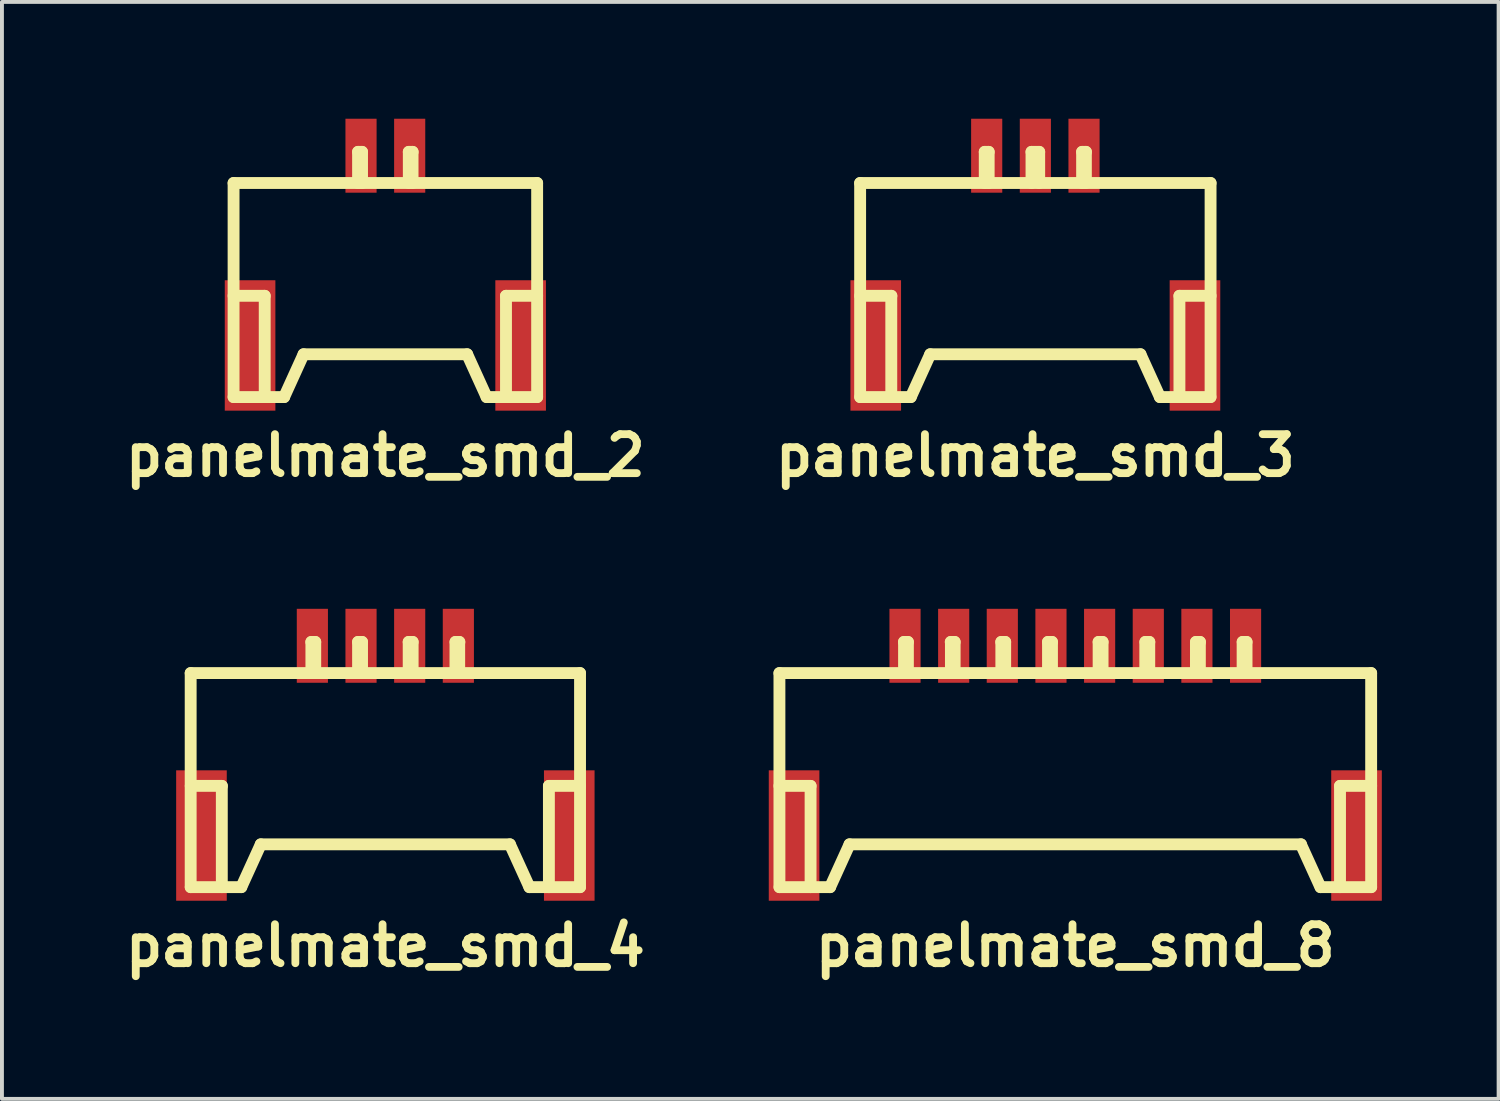
<source format=kicad_pcb>
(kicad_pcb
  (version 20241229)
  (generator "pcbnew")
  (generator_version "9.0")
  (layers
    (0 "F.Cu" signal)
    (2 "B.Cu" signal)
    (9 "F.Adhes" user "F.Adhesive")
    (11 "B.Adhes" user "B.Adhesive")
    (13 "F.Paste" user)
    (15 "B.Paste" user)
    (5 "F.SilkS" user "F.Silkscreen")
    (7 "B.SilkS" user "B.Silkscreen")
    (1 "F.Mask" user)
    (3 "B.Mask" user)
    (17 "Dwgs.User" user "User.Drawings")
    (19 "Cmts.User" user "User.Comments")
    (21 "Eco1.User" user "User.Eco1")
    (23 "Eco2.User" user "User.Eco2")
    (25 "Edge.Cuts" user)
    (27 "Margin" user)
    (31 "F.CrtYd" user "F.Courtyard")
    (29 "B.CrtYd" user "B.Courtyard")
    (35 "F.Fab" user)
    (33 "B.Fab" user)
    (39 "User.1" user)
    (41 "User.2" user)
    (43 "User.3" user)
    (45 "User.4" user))
  (footprint "panelmate_smd_8"
    (layer "F.Cu")
    (at 24.572 17.039)
    (property "Reference" "panelmate_smd_8" (at 0 4.201 0) (layer "F.SilkS") (effects (font (size 1.001 1.001) (thickness 0.201))))
    (attr through_hole)
    (fp_line (start -7.6 -2.799) (end -7.6 2.7) (stroke (width 0.305) (type solid)) (layer "F.SilkS"))
    (fp_line (start -7.6 -2.799) (end 7.6 -2.799) (stroke (width 0.305) (type solid)) (layer "F.SilkS"))
    (fp_line (start -7.6 0.099) (end -6.8 0.099) (stroke (width 0.305) (type solid)) (layer "F.SilkS"))
    (fp_line (start -6.8 0.099) (end -6.8 2.7) (stroke (width 0.305) (type solid)) (layer "F.SilkS"))
    (fp_line (start -6.299 2.7) (end -7.597 2.7) (stroke (width 0.305) (type solid)) (layer "F.SilkS"))
    (fp_line (start -6.299 2.7) (end -5.799 1.6) (stroke (width 0.305) (type solid)) (layer "F.SilkS"))
    (fp_line (start -5.799 1.6) (end 5.799 1.6) (stroke (width 0.305) (type solid)) (layer "F.SilkS"))
    (fp_line (start -4.402 -3.599) (end -4.3 -3.599) (stroke (width 0.305) (type solid)) (layer "F.SilkS"))
    (fp_line (start -4.399 -2.799) (end -4.399 -3.599) (stroke (width 0.305) (type solid)) (layer "F.SilkS"))
    (fp_line (start -4.3 -3.599) (end -4.3 -2.799) (stroke (width 0.305) (type solid)) (layer "F.SilkS"))
    (fp_line (start -3.2 -3.599) (end -3.099 -3.599) (stroke (width 0.305) (type solid)) (layer "F.SilkS"))
    (fp_line (start -3.195 -2.799) (end -3.195 -3.599) (stroke (width 0.305) (type solid)) (layer "F.SilkS"))
    (fp_line (start -3.099 -3.599) (end -3.099 -2.799) (stroke (width 0.305) (type solid)) (layer "F.SilkS"))
    (fp_line (start -1.9 -3.599) (end -1.9 -2.799) (stroke (width 0.305) (type solid)) (layer "F.SilkS"))
    (fp_line (start -1.801 -3.599) (end -1.902 -3.599) (stroke (width 0.305) (type solid)) (layer "F.SilkS"))
    (fp_line (start -1.801 -3.599) (end -1.801 -2.799) (stroke (width 0.305) (type solid)) (layer "F.SilkS"))
    (fp_line (start -0.701 -3.599) (end -0.599 -3.599) (stroke (width 0.305) (type solid)) (layer "F.SilkS"))
    (fp_line (start -0.701 -2.799) (end -0.701 -3.599) (stroke (width 0.305) (type solid)) (layer "F.SilkS"))
    (fp_line (start -0.599 -3.599) (end -0.599 -2.799) (stroke (width 0.305) (type solid)) (layer "F.SilkS"))
    (fp_line (start 0.599 -3.599) (end 0.599 -2.799) (stroke (width 0.305) (type solid)) (layer "F.SilkS"))
    (fp_line (start 0.701 -3.599) (end 0.599 -3.599) (stroke (width 0.305) (type solid)) (layer "F.SilkS"))
    (fp_line (start 0.701 -3.599) (end 0.701 -2.799) (stroke (width 0.305) (type solid)) (layer "F.SilkS"))
    (fp_line (start 1.798 -3.599) (end 1.798 -2.799) (stroke (width 0.305) (type solid)) (layer "F.SilkS"))
    (fp_line (start 1.803 -3.599) (end 1.902 -3.599) (stroke (width 0.305) (type solid)) (layer "F.SilkS"))
    (fp_line (start 1.9 -2.799) (end 1.9 -3.599) (stroke (width 0.305) (type solid)) (layer "F.SilkS"))
    (fp_line (start 3.099 -3.599) (end 3.099 -2.799) (stroke (width 0.305) (type solid)) (layer "F.SilkS"))
    (fp_line (start 3.2 -2.799) (end 3.2 -3.599) (stroke (width 0.305) (type solid)) (layer "F.SilkS"))
    (fp_line (start 3.203 -3.599) (end 3.101 -3.599) (stroke (width 0.305) (type solid)) (layer "F.SilkS"))
    (fp_line (start 4.298 -3.599) (end 4.298 -2.799) (stroke (width 0.305) (type solid)) (layer "F.SilkS"))
    (fp_line (start 4.3 -3.599) (end 4.399 -3.599) (stroke (width 0.305) (type solid)) (layer "F.SilkS"))
    (fp_line (start 4.399 -2.799) (end 4.399 -3.599) (stroke (width 0.305) (type solid)) (layer "F.SilkS"))
    (fp_line (start 5.796 1.6) (end 6.297 2.7) (stroke (width 0.305) (type solid)) (layer "F.SilkS"))
    (fp_line (start 6.302 2.7) (end 7.6 2.7) (stroke (width 0.305) (type solid)) (layer "F.SilkS"))
    (fp_line (start 6.8 0.099) (end 6.8 2.7) (stroke (width 0.305) (type solid)) (layer "F.SilkS"))
    (fp_line (start 7.6 -2.799) (end 7.6 2.7) (stroke (width 0.305) (type solid)) (layer "F.SilkS"))
    (fp_line (start 7.6 0.099) (end 6.8 0.099) (stroke (width 0.305) (type solid)) (layer "F.SilkS"))
    (pad "1" smd rect (at -4.374 -3.5) (size 0.8 1.9) (layers "F.Cu" "F.Mask" "F.Paste"))
    (pad "2" smd rect (at -3.124 -3.5) (size 0.8 1.9) (layers "F.Cu" "F.Mask" "F.Paste"))
    (pad "3" smd rect (at -1.875 -3.5) (size 0.8 1.9) (layers "F.Cu" "F.Mask" "F.Paste"))
    (pad "4" smd rect (at -0.625 -3.5) (size 0.8 1.9) (layers "F.Cu" "F.Mask" "F.Paste"))
    (pad "5" smd rect (at 0.625 -3.5) (size 0.8 1.9) (layers "F.Cu" "F.Mask" "F.Paste"))
    (pad "6" smd rect (at 1.875 -3.5) (size 0.8 1.9) (layers "F.Cu" "F.Mask" "F.Paste"))
    (pad "7" smd rect (at 3.124 -3.5) (size 0.8 1.9) (layers "F.Cu" "F.Mask" "F.Paste"))
    (pad "8" smd rect (at 4.374 -3.5) (size 0.8 1.9) (layers "F.Cu" "F.Mask" "F.Paste"))
    (pad "9" smd rect (at -7.224 1.374) (size 1.3 3.35) (layers "F.Cu" "F.Mask" "F.Paste"))
    (pad "9" smd rect (at 7.224 1.374) (size 1.3 3.35) (layers "F.Cu" "F.Mask" "F.Paste")))
  (footprint "panelmate_smd_3"
    (layer "F.Cu")
    (at 23.546 4.45)
    (property "Reference" "panelmate_smd_3" (at 0 4.201 0) (layer "F.SilkS") (effects (font (size 1.001 1.001) (thickness 0.201))))
    (attr through_hole)
    (fp_line (start -4.501 -2.799) (end 4.501 -2.799) (stroke (width 0.305) (type solid)) (layer "F.SilkS"))
    (fp_line (start -4.501 2.7) (end -4.501 -2.799) (stroke (width 0.305) (type solid)) (layer "F.SilkS"))
    (fp_line (start -4.498 0.099) (end -3.698 0.099) (stroke (width 0.305) (type solid)) (layer "F.SilkS"))
    (fp_line (start -3.701 0.099) (end -3.701 2.7) (stroke (width 0.305) (type solid)) (layer "F.SilkS"))
    (fp_line (start -3.2 2.7) (end -4.498 2.7) (stroke (width 0.305) (type solid)) (layer "F.SilkS"))
    (fp_line (start -3.2 2.7) (end -2.7 1.6) (stroke (width 0.305) (type solid)) (layer "F.SilkS"))
    (fp_line (start -2.7 1.6) (end 2.7 1.6) (stroke (width 0.305) (type solid)) (layer "F.SilkS"))
    (fp_line (start -1.3 -3.599) (end -1.199 -3.599) (stroke (width 0.305) (type solid)) (layer "F.SilkS"))
    (fp_line (start -1.3 -2.799) (end -1.3 -3.599) (stroke (width 0.305) (type solid)) (layer "F.SilkS"))
    (fp_line (start -1.199 -3.599) (end -1.199 -2.799) (stroke (width 0.305) (type solid)) (layer "F.SilkS"))
    (fp_line (start -0.099 -3.599) (end 0.099 -3.599) (stroke (width 0.305) (type solid)) (layer "F.SilkS"))
    (fp_line (start -0.099 -2.799) (end -0.099 -3.599) (stroke (width 0.305) (type solid)) (layer "F.SilkS"))
    (fp_line (start 0.099 -3.599) (end 0.099 -2.799) (stroke (width 0.305) (type solid)) (layer "F.SilkS"))
    (fp_line (start 1.201 -3.599) (end 1.3 -3.599) (stroke (width 0.305) (type solid)) (layer "F.SilkS"))
    (fp_line (start 1.201 -2.799) (end 1.201 -3.599) (stroke (width 0.305) (type solid)) (layer "F.SilkS"))
    (fp_line (start 1.298 -3.599) (end 1.298 -2.799) (stroke (width 0.305) (type solid)) (layer "F.SilkS"))
    (fp_line (start 2.7 1.6) (end 3.2 2.7) (stroke (width 0.305) (type solid)) (layer "F.SilkS"))
    (fp_line (start 3.2 2.7) (end 4.498 2.7) (stroke (width 0.305) (type solid)) (layer "F.SilkS"))
    (fp_line (start 3.701 0.099) (end 3.701 2.7) (stroke (width 0.305) (type solid)) (layer "F.SilkS"))
    (fp_line (start 4.501 -2.799) (end 4.501 2.7) (stroke (width 0.305) (type solid)) (layer "F.SilkS"))
    (fp_line (start 4.501 0.099) (end 3.701 0.099) (stroke (width 0.305) (type solid)) (layer "F.SilkS"))
    (pad "1" smd rect (at -1.25 -3.5) (size 0.8 1.9) (layers "F.Cu" "F.Mask" "F.Paste"))
    (pad "2" smd rect (at 0 -3.5) (size 0.8 1.9) (layers "F.Cu" "F.Mask" "F.Paste"))
    (pad "3" smd rect (at 1.25 -3.5) (size 0.8 1.9) (layers "F.Cu" "F.Mask" "F.Paste"))
    (pad "4" smd rect (at -4.1 1.374) (size 1.3 3.35) (layers "F.Cu" "F.Mask" "F.Paste"))
    (pad "4" smd rect (at 4.1 1.374) (size 1.3 3.35) (layers "F.Cu" "F.Mask" "F.Paste")))
  (footprint "panelmate_smd_2"
    (layer "F.Cu")
    (at 6.849 4.45)
    (property "Reference" "panelmate_smd_2" (at 0 4.201 0) (layer "F.SilkS") (effects (font (size 1.001 1.001) (thickness 0.201))))
    (attr through_hole)
    (fp_line (start -3.899 -2.799) (end 3.899 -2.799) (stroke (width 0.305) (type solid)) (layer "F.SilkS"))
    (fp_line (start -3.899 0.099) (end -3.099 0.099) (stroke (width 0.305) (type solid)) (layer "F.SilkS"))
    (fp_line (start -3.899 2.7) (end -3.899 -2.799) (stroke (width 0.305) (type solid)) (layer "F.SilkS"))
    (fp_line (start -3.099 0.099) (end -3.099 2.7) (stroke (width 0.305) (type solid)) (layer "F.SilkS"))
    (fp_line (start -2.601 2.7) (end -3.899 2.7) (stroke (width 0.305) (type solid)) (layer "F.SilkS"))
    (fp_line (start -2.601 2.7) (end -2.101 1.6) (stroke (width 0.305) (type solid)) (layer "F.SilkS"))
    (fp_line (start -2.101 1.6) (end 2.101 1.6) (stroke (width 0.305) (type solid)) (layer "F.SilkS"))
    (fp_line (start -0.701 -3.599) (end -0.599 -3.599) (stroke (width 0.305) (type solid)) (layer "F.SilkS"))
    (fp_line (start -0.701 -2.799) (end -0.701 -3.599) (stroke (width 0.305) (type solid)) (layer "F.SilkS"))
    (fp_line (start -0.599 -3.599) (end -0.599 -2.799) (stroke (width 0.305) (type solid)) (layer "F.SilkS"))
    (fp_line (start 0.602 -3.599) (end 0.701 -3.599) (stroke (width 0.305) (type solid)) (layer "F.SilkS"))
    (fp_line (start 0.602 -2.799) (end 0.602 -3.599) (stroke (width 0.305) (type solid)) (layer "F.SilkS"))
    (fp_line (start 0.699 -3.599) (end 0.699 -2.799) (stroke (width 0.305) (type solid)) (layer "F.SilkS"))
    (fp_line (start 2.101 1.6) (end 2.601 2.7) (stroke (width 0.305) (type solid)) (layer "F.SilkS"))
    (fp_line (start 2.601 2.7) (end 3.899 2.7) (stroke (width 0.305) (type solid)) (layer "F.SilkS"))
    (fp_line (start 3.099 0.099) (end 3.099 2.7) (stroke (width 0.305) (type solid)) (layer "F.SilkS"))
    (fp_line (start 3.899 -2.799) (end 3.899 2.7) (stroke (width 0.305) (type solid)) (layer "F.SilkS"))
    (fp_line (start 3.899 0.099) (end 3.099 0.099) (stroke (width 0.305) (type solid)) (layer "F.SilkS"))
    (pad "1" smd rect (at -0.625 -3.5) (size 0.8 1.9) (layers "F.Cu" "F.Mask" "F.Paste"))
    (pad "2" smd rect (at 0.625 -3.5) (size 0.8 1.9) (layers "F.Cu" "F.Mask" "F.Paste"))
    (pad "3" smd rect (at -3.475 1.374) (size 1.3 3.35) (layers "F.Cu" "F.Mask" "F.Paste"))
    (pad "3" smd rect (at 3.475 1.374) (size 1.3 3.35) (layers "F.Cu" "F.Mask" "F.Paste")))
  (footprint "panelmate_smd_4"
    (layer "F.Cu")
    (at 6.849 17.039)
    (property "Reference" "panelmate_smd_4" (at 0 4.201 0) (layer "F.SilkS") (effects (font (size 1.001 1.001) (thickness 0.201))))
    (attr through_hole)
    (fp_line (start -5.001 -2.799) (end -5.001 2.7) (stroke (width 0.305) (type solid)) (layer "F.SilkS"))
    (fp_line (start -4.999 0.099) (end -4.199 0.099) (stroke (width 0.305) (type solid)) (layer "F.SilkS"))
    (fp_line (start -4.201 0.099) (end -4.201 2.7) (stroke (width 0.305) (type solid)) (layer "F.SilkS"))
    (fp_line (start -3.701 2.7) (end -4.999 2.7) (stroke (width 0.305) (type solid)) (layer "F.SilkS"))
    (fp_line (start -3.701 2.7) (end -3.2 1.6) (stroke (width 0.305) (type solid)) (layer "F.SilkS"))
    (fp_line (start -3.2 1.6) (end 3.2 1.6) (stroke (width 0.305) (type solid)) (layer "F.SilkS"))
    (fp_line (start -1.902 -3.599) (end -1.801 -3.599) (stroke (width 0.305) (type solid)) (layer "F.SilkS"))
    (fp_line (start -1.9 -2.799) (end -1.9 -3.599) (stroke (width 0.305) (type solid)) (layer "F.SilkS"))
    (fp_line (start -1.801 -3.599) (end -1.801 -2.799) (stroke (width 0.305) (type solid)) (layer "F.SilkS"))
    (fp_line (start -0.701 -3.599) (end -0.701 -2.799) (stroke (width 0.305) (type solid)) (layer "F.SilkS"))
    (fp_line (start -0.599 -3.599) (end -0.701 -3.599) (stroke (width 0.305) (type solid)) (layer "F.SilkS"))
    (fp_line (start -0.599 -3.599) (end -0.599 -2.799) (stroke (width 0.305) (type solid)) (layer "F.SilkS"))
    (fp_line (start 0.599 -3.599) (end 0.599 -2.799) (stroke (width 0.305) (type solid)) (layer "F.SilkS"))
    (fp_line (start 0.701 -3.599) (end 0.599 -3.599) (stroke (width 0.305) (type solid)) (layer "F.SilkS"))
    (fp_line (start 0.701 -2.799) (end 0.701 -3.599) (stroke (width 0.305) (type solid)) (layer "F.SilkS"))
    (fp_line (start 1.801 -2.799) (end 1.801 -3.599) (stroke (width 0.305) (type solid)) (layer "F.SilkS"))
    (fp_line (start 1.803 -3.599) (end 1.902 -3.599) (stroke (width 0.305) (type solid)) (layer "F.SilkS"))
    (fp_line (start 1.897 -3.599) (end 1.897 -2.799) (stroke (width 0.305) (type solid)) (layer "F.SilkS"))
    (fp_line (start 3.2 1.6) (end 3.701 2.7) (stroke (width 0.305) (type solid)) (layer "F.SilkS"))
    (fp_line (start 3.701 2.7) (end 4.999 2.7) (stroke (width 0.305) (type solid)) (layer "F.SilkS"))
    (fp_line (start 4.201 0.099) (end 4.201 2.7) (stroke (width 0.305) (type solid)) (layer "F.SilkS"))
    (fp_line (start 5.001 -2.799) (end -5.001 -2.799) (stroke (width 0.305) (type solid)) (layer "F.SilkS"))
    (fp_line (start 5.001 0.099) (end 4.201 0.099) (stroke (width 0.305) (type solid)) (layer "F.SilkS"))
    (fp_line (start 5.001 2.7) (end 5.001 -2.799) (stroke (width 0.305) (type solid)) (layer "F.SilkS"))
    (pad "1" smd rect (at -1.875 -3.5) (size 0.8 1.9) (layers "F.Cu" "F.Mask" "F.Paste"))
    (pad "2" smd rect (at -0.625 -3.5) (size 0.8 1.9) (layers "F.Cu" "F.Mask" "F.Paste"))
    (pad "3" smd rect (at 0.625 -3.5) (size 0.8 1.9) (layers "F.Cu" "F.Mask" "F.Paste"))
    (pad "4" smd rect (at 1.875 -3.5) (size 0.8 1.9) (layers "F.Cu" "F.Mask" "F.Paste"))
    (pad "5" smd rect (at -4.724 1.374) (size 1.3 3.35) (layers "F.Cu" "F.Mask" "F.Paste"))
    (pad "5" smd rect (at 4.724 1.374) (size 1.3 3.35) (layers "F.Cu" "F.Mask" "F.Paste")))
  (gr_rect
    (start -3 -3)
    (end 35.446 25.178)
    (stroke (width 0.1) (type default))
    (fill no)
    (layer "Edge.Cuts")))
</source>
